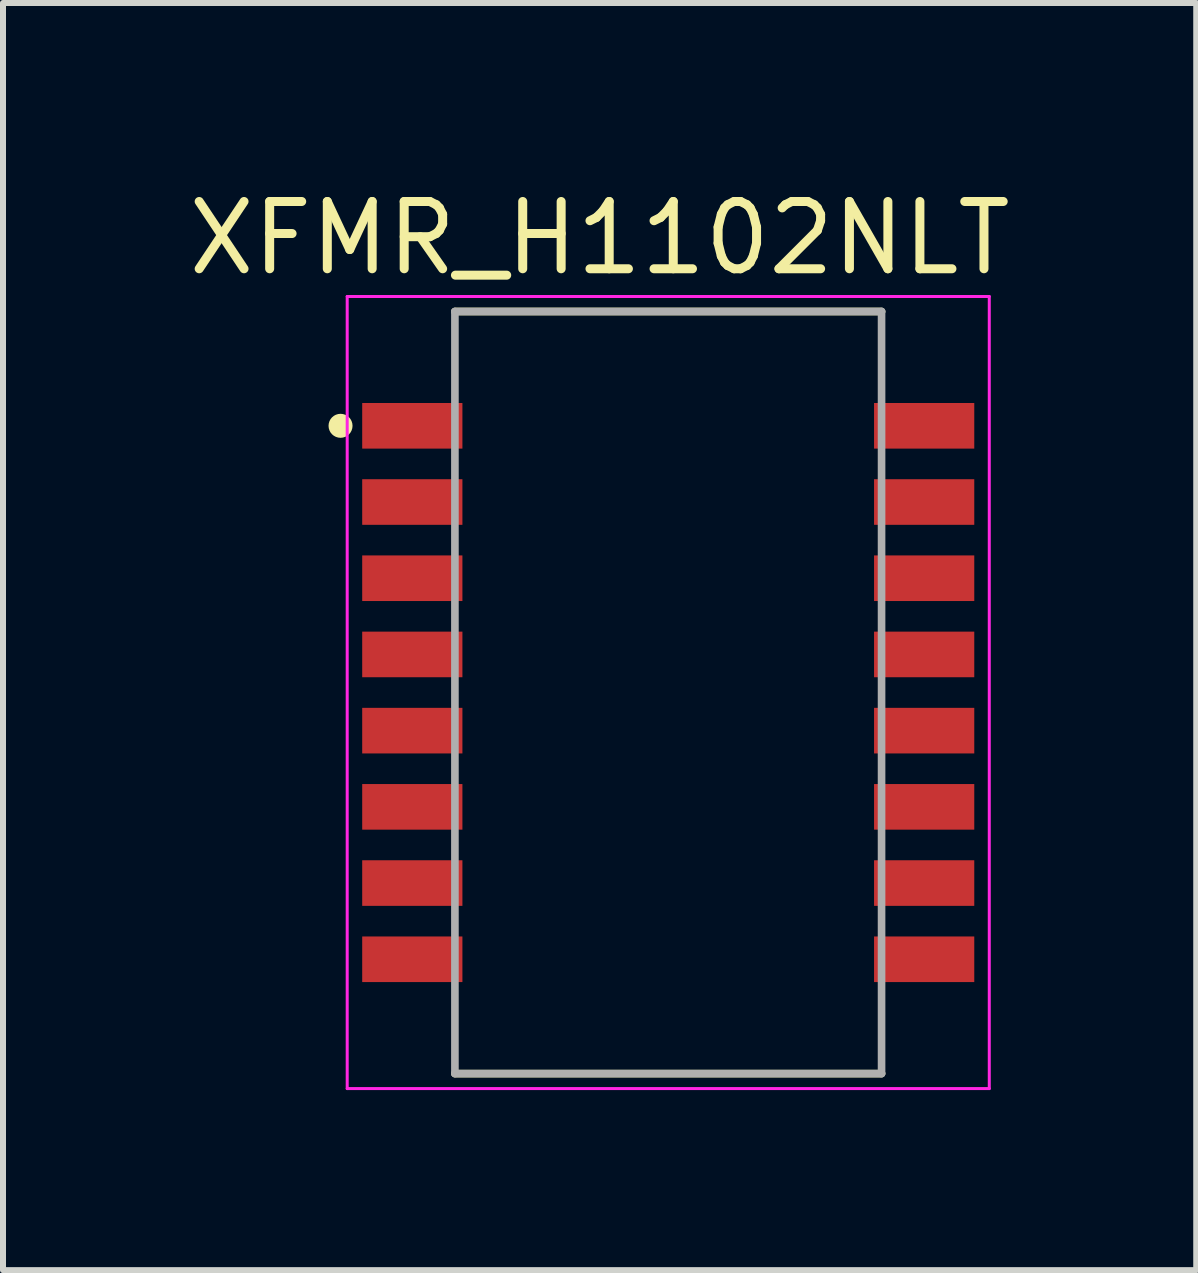
<source format=kicad_pcb>
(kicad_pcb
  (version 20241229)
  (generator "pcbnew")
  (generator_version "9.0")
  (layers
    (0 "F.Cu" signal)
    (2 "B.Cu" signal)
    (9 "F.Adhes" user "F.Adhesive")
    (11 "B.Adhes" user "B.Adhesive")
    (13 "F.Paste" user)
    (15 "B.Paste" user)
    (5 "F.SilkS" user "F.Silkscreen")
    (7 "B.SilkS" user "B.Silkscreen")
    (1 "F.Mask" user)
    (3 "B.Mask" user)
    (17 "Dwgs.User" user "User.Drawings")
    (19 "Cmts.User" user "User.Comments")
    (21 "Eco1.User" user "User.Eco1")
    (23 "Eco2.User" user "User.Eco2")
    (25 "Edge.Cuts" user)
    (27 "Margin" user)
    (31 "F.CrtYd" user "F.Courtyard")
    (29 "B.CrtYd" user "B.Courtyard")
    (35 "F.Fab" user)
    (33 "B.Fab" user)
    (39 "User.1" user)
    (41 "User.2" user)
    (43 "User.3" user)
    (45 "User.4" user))
  (footprint "XFMR_H1102NLT"
    (layer "F.Cu")
    (at 8.086 8.491)
    (property "Reference" "XFMR_H1102NLT" (at -1.144 -7.573 0) (layer "F.SilkS") (effects (font (size 1.121 1.121) (thickness 0.15))))
    (attr through_hole)
    (fp_line (start -3.555 -6.35) (end 3.555 -6.35) (stroke (width 0.127) (type solid)) (layer "F.SilkS"))
    (fp_line (start -3.555 6.35) (end 3.555 6.35) (stroke (width 0.127) (type solid)) (layer "F.SilkS"))
    (fp_circle (center -5.461 -4.445) (end -5.361 -4.445) (stroke (width 0.2) (type solid)) (fill no) (layer "F.SilkS"))
    (fp_line (start -5.35 -6.6) (end -5.35 6.6) (stroke (width 0.05) (type solid)) (layer "F.CrtYd"))
    (fp_line (start -5.35 6.6) (end 5.35 6.6) (stroke (width 0.05) (type solid)) (layer "F.CrtYd"))
    (fp_line (start 5.35 -6.6) (end -5.35 -6.6) (stroke (width 0.05) (type solid)) (layer "F.CrtYd"))
    (fp_line (start 5.35 6.6) (end 5.35 -6.6) (stroke (width 0.05) (type solid)) (layer "F.CrtYd"))
    (fp_line (start -3.555 -6.35) (end 3.555 -6.35) (stroke (width 0.127) (type solid)) (layer "F.Fab"))
    (fp_line (start -3.555 6.35) (end -3.555 -6.35) (stroke (width 0.127) (type solid)) (layer "F.Fab"))
    (fp_line (start 3.555 -6.35) (end 3.555 6.35) (stroke (width 0.127) (type solid)) (layer "F.Fab"))
    (fp_line (start 3.555 6.35) (end -3.555 6.35) (stroke (width 0.127) (type solid)) (layer "F.Fab"))
    (pad "1" smd rect (at -4.265 -4.445) (size 1.67 0.76) (layers "F.Cu" "F.Mask" "F.Paste"))
    (pad "2" smd rect (at -4.265 -3.175) (size 1.67 0.76) (layers "F.Cu" "F.Mask" "F.Paste"))
    (pad "3" smd rect (at -4.265 -1.905) (size 1.67 0.76) (layers "F.Cu" "F.Mask" "F.Paste"))
    (pad "4" smd rect (at -4.265 -0.635) (size 1.67 0.76) (layers "F.Cu" "F.Mask" "F.Paste"))
    (pad "5" smd rect (at -4.265 0.635) (size 1.67 0.76) (layers "F.Cu" "F.Mask" "F.Paste"))
    (pad "6" smd rect (at -4.265 1.905) (size 1.67 0.76) (layers "F.Cu" "F.Mask" "F.Paste"))
    (pad "7" smd rect (at -4.265 3.175) (size 1.67 0.76) (layers "F.Cu" "F.Mask" "F.Paste"))
    (pad "8" smd rect (at -4.265 4.445) (size 1.67 0.76) (layers "F.Cu" "F.Mask" "F.Paste"))
    (pad "9" smd rect (at 4.265 4.445) (size 1.67 0.76) (layers "F.Cu" "F.Mask" "F.Paste"))
    (pad "10" smd rect (at 4.265 3.175) (size 1.67 0.76) (layers "F.Cu" "F.Mask" "F.Paste"))
    (pad "11" smd rect (at 4.265 1.905) (size 1.67 0.76) (layers "F.Cu" "F.Mask" "F.Paste"))
    (pad "12" smd rect (at 4.265 0.635) (size 1.67 0.76) (layers "F.Cu" "F.Mask" "F.Paste"))
    (pad "13" smd rect (at 4.265 -0.635) (size 1.67 0.76) (layers "F.Cu" "F.Mask" "F.Paste"))
    (pad "14" smd rect (at 4.265 -1.905) (size 1.67 0.76) (layers "F.Cu" "F.Mask" "F.Paste"))
    (pad "15" smd rect (at 4.265 -3.175) (size 1.67 0.76) (layers "F.Cu" "F.Mask" "F.Paste"))
    (pad "16" smd rect (at 4.265 -4.445) (size 1.67 0.76) (layers "F.Cu" "F.Mask" "F.Paste")))
  (gr_rect
    (start -3 -3)
    (end 16.885 18.116)
    (stroke (width 0.1) (type default))
    (fill no)
    (layer "Edge.Cuts")))
</source>
